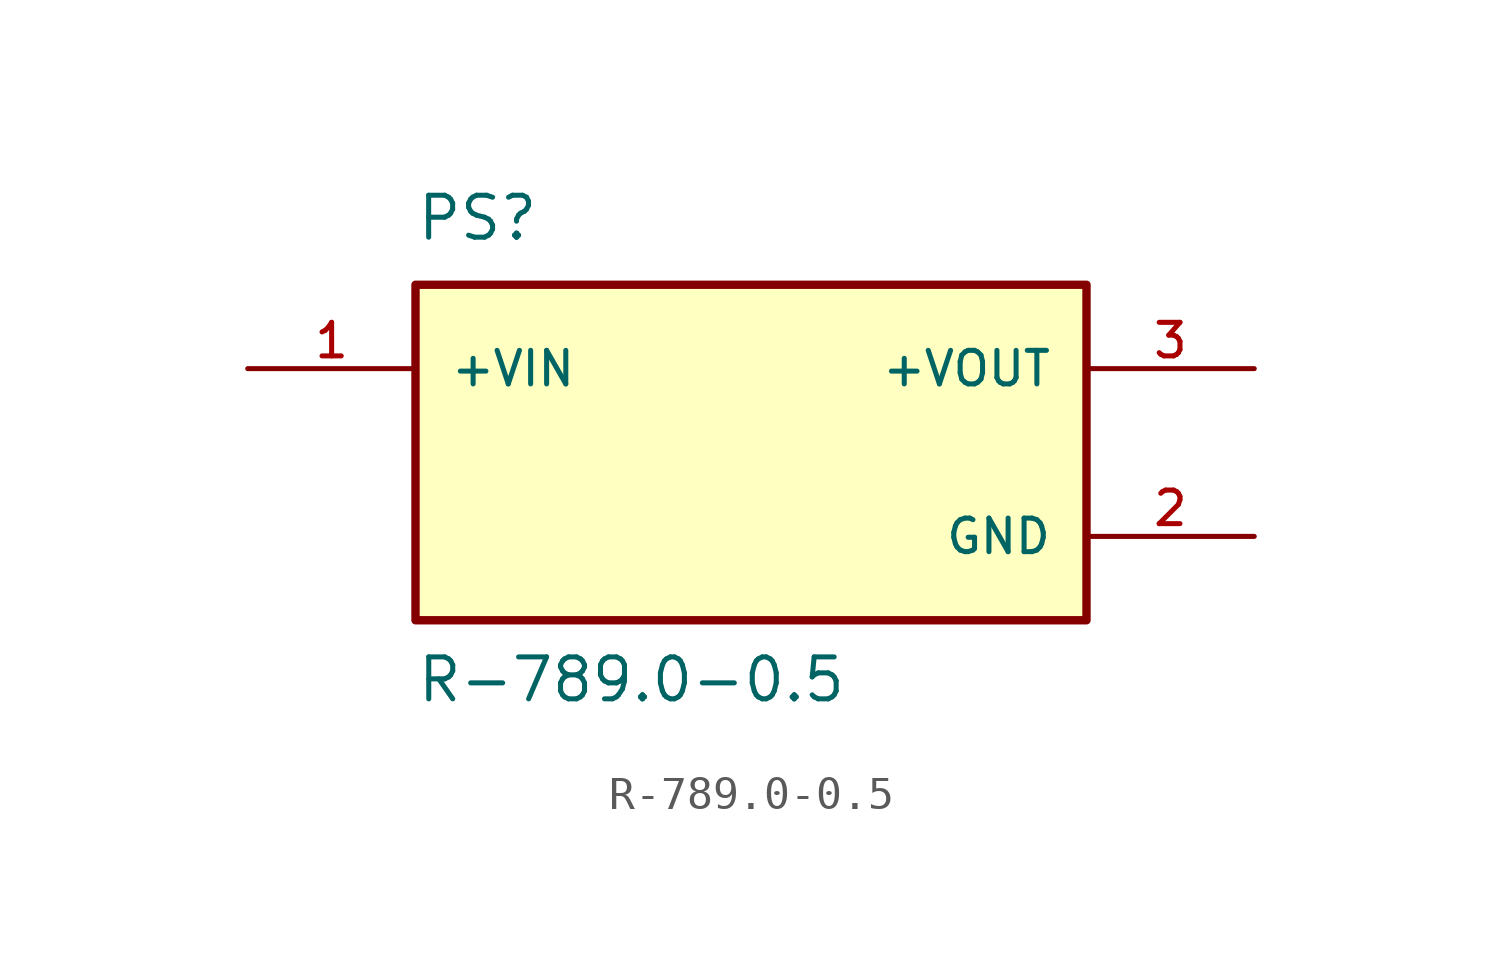
<source format=kicad_sym>
(kicad_symbol_lib
  (version 20211014)
  (generator kicad_symbol_editor)
  (symbol "R-789.0-0.5"
    (pin_names
      (offset 1.016))
    (property "Reference" "PS"
      (at -10.164 6.358 0)
      (effects (font (size 1.27 1.27)) (justify bottom left)))
    (property "Value" "R-789.0-0.5"
      (at -10.161 -7.623 0)
      (effects (font (size 1.27 1.27)) (justify bottom left)))
    (symbol "R-789.0-0.5_0_0"
      (rectangle (start -10.16 -5.08) (end 10.16 5.08) (stroke (width 0.254)) (fill (type background)))
      (pin input line (at -15.24 2.54 0) (length 5.08) (name "+VIN" (effects (font (size 1.016 1.016)))) (number "1" (effects (font (size 1.016 1.016)))))
      (pin output line (at 15.24 2.54 180.0) (length 5.08) (name "+VOUT" (effects (font (size 1.016 1.016)))) (number "3" (effects (font (size 1.016 1.016)))))
      (pin power_in line (at 15.24 -2.54 180.0) (length 5.08) (name "GND" (effects (font (size 1.016 1.016)))) (number "2" (effects (font (size 1.016 1.016))))))))
</source>
